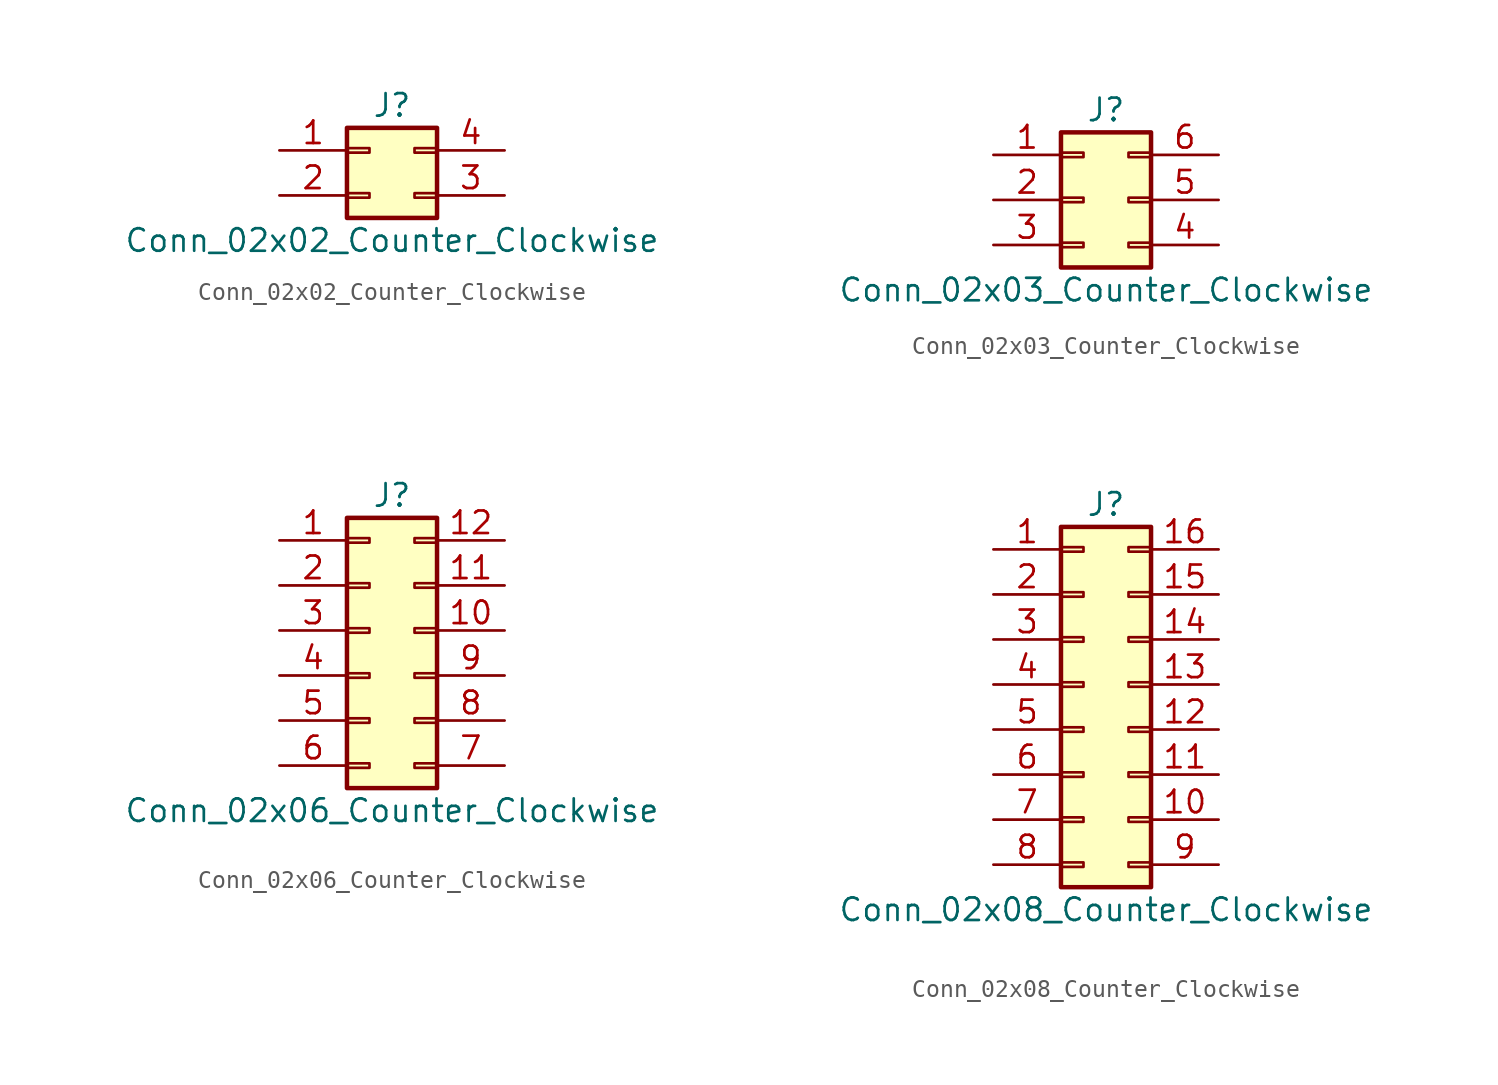
<source format=kicad_sym>
(kicad_symbol_lib
  (version 20211014)
  (generator kicad_symbol_editor)
  (symbol "Conn_02x02_Counter_Clockwise"
    (pin_names
      (offset 1.016) hide)
    (property "Reference" "J"
      (at 1.27 2.54 0)
      (effects (font (size 1.27 1.27))))
    (property "Value" "Conn_02x02_Counter_Clockwise"
      (at 1.27 -5.08 0)
      (effects (font (size 1.27 1.27))))
    (symbol "Conn_02x02_Counter_Clockwise_1_1"
      (rectangle (start -1.27 -2.413) (end 0 -2.667) (stroke (width 0.152) (type default) (color 0 0 0 0)) (fill (type none)))
      (rectangle (start -1.27 0.127) (end 0 -0.127) (stroke (width 0.152) (type default) (color 0 0 0 0)) (fill (type none)))
      (rectangle (start -1.27 1.27) (end 3.81 -3.81) (stroke (width 0.254) (type default) (color 0 0 0 0)) (fill (type background)))
      (rectangle (start 3.81 -2.413) (end 2.54 -2.667) (stroke (width 0.152) (type default) (color 0 0 0 0)) (fill (type none)))
      (rectangle (start 3.81 0.127) (end 2.54 -0.127) (stroke (width 0.152) (type default) (color 0 0 0 0)) (fill (type none)))
      (pin passive line (at -5.08 0 0) (length 3.81) (name "Pin_1" (effects (font (size 1.27 1.27)))) (number "1" (effects (font (size 1.27 1.27)))))
      (pin passive line (at -5.08 -2.54 0) (length 3.81) (name "Pin_2" (effects (font (size 1.27 1.27)))) (number "2" (effects (font (size 1.27 1.27)))))
      (pin passive line (at 7.62 -2.54 180) (length 3.81) (name "Pin_3" (effects (font (size 1.27 1.27)))) (number "3" (effects (font (size 1.27 1.27)))))
      (pin passive line (at 7.62 0 180) (length 3.81) (name "Pin_4" (effects (font (size 1.27 1.27)))) (number "4" (effects (font (size 1.27 1.27)))))))
  (symbol "Conn_02x03_Counter_Clockwise"
    (pin_names
      (offset 1.016) hide)
    (property "Reference" "J"
      (at 1.27 5.08 0)
      (effects (font (size 1.27 1.27))))
    (property "Value" "Conn_02x03_Counter_Clockwise"
      (at 1.27 -5.08 0)
      (effects (font (size 1.27 1.27))))
    (symbol "Conn_02x03_Counter_Clockwise_1_1"
      (rectangle (start -1.27 -2.413) (end 0 -2.667) (stroke (width 0.152) (type default) (color 0 0 0 0)) (fill (type none)))
      (rectangle (start -1.27 0.127) (end 0 -0.127) (stroke (width 0.152) (type default) (color 0 0 0 0)) (fill (type none)))
      (rectangle (start -1.27 2.667) (end 0 2.413) (stroke (width 0.152) (type default) (color 0 0 0 0)) (fill (type none)))
      (rectangle (start -1.27 3.81) (end 3.81 -3.81) (stroke (width 0.254) (type default) (color 0 0 0 0)) (fill (type background)))
      (rectangle (start 3.81 -2.413) (end 2.54 -2.667) (stroke (width 0.152) (type default) (color 0 0 0 0)) (fill (type none)))
      (rectangle (start 3.81 0.127) (end 2.54 -0.127) (stroke (width 0.152) (type default) (color 0 0 0 0)) (fill (type none)))
      (rectangle (start 3.81 2.667) (end 2.54 2.413) (stroke (width 0.152) (type default) (color 0 0 0 0)) (fill (type none)))
      (pin passive line (at -5.08 2.54 0) (length 3.81) (name "Pin_1" (effects (font (size 1.27 1.27)))) (number "1" (effects (font (size 1.27 1.27)))))
      (pin passive line (at -5.08 0 0) (length 3.81) (name "Pin_2" (effects (font (size 1.27 1.27)))) (number "2" (effects (font (size 1.27 1.27)))))
      (pin passive line (at -5.08 -2.54 0) (length 3.81) (name "Pin_3" (effects (font (size 1.27 1.27)))) (number "3" (effects (font (size 1.27 1.27)))))
      (pin passive line (at 7.62 -2.54 180) (length 3.81) (name "Pin_4" (effects (font (size 1.27 1.27)))) (number "4" (effects (font (size 1.27 1.27)))))
      (pin passive line (at 7.62 0 180) (length 3.81) (name "Pin_5" (effects (font (size 1.27 1.27)))) (number "5" (effects (font (size 1.27 1.27)))))
      (pin passive line (at 7.62 2.54 180) (length 3.81) (name "Pin_6" (effects (font (size 1.27 1.27)))) (number "6" (effects (font (size 1.27 1.27)))))))
  (symbol "Conn_02x06_Counter_Clockwise"
    (pin_names
      (offset 1.016) hide)
    (property "Reference" "J"
      (at 1.27 7.62 0)
      (effects (font (size 1.27 1.27))))
    (property "Value" "Conn_02x06_Counter_Clockwise"
      (at 1.27 -10.16 0)
      (effects (font (size 1.27 1.27))))
    (symbol "Conn_02x06_Counter_Clockwise_1_1"
      (rectangle (start -1.27 -7.493) (end 0 -7.747) (stroke (width 0.152) (type default) (color 0 0 0 0)) (fill (type none)))
      (rectangle (start -1.27 -4.953) (end 0 -5.207) (stroke (width 0.152) (type default) (color 0 0 0 0)) (fill (type none)))
      (rectangle (start -1.27 -2.413) (end 0 -2.667) (stroke (width 0.152) (type default) (color 0 0 0 0)) (fill (type none)))
      (rectangle (start -1.27 0.127) (end 0 -0.127) (stroke (width 0.152) (type default) (color 0 0 0 0)) (fill (type none)))
      (rectangle (start -1.27 2.667) (end 0 2.413) (stroke (width 0.152) (type default) (color 0 0 0 0)) (fill (type none)))
      (rectangle (start -1.27 5.207) (end 0 4.953) (stroke (width 0.152) (type default) (color 0 0 0 0)) (fill (type none)))
      (rectangle (start -1.27 6.35) (end 3.81 -8.89) (stroke (width 0.254) (type default) (color 0 0 0 0)) (fill (type background)))
      (rectangle (start 3.81 -7.493) (end 2.54 -7.747) (stroke (width 0.152) (type default) (color 0 0 0 0)) (fill (type none)))
      (rectangle (start 3.81 -4.953) (end 2.54 -5.207) (stroke (width 0.152) (type default) (color 0 0 0 0)) (fill (type none)))
      (rectangle (start 3.81 -2.413) (end 2.54 -2.667) (stroke (width 0.152) (type default) (color 0 0 0 0)) (fill (type none)))
      (rectangle (start 3.81 0.127) (end 2.54 -0.127) (stroke (width 0.152) (type default) (color 0 0 0 0)) (fill (type none)))
      (rectangle (start 3.81 2.667) (end 2.54 2.413) (stroke (width 0.152) (type default) (color 0 0 0 0)) (fill (type none)))
      (rectangle (start 3.81 5.207) (end 2.54 4.953) (stroke (width 0.152) (type default) (color 0 0 0 0)) (fill (type none)))
      (pin passive line (at -5.08 5.08 0) (length 3.81) (name "Pin_1" (effects (font (size 1.27 1.27)))) (number "1" (effects (font (size 1.27 1.27)))))
      (pin passive line (at 7.62 0 180) (length 3.81) (name "Pin_10" (effects (font (size 1.27 1.27)))) (number "10" (effects (font (size 1.27 1.27)))))
      (pin passive line (at 7.62 2.54 180) (length 3.81) (name "Pin_11" (effects (font (size 1.27 1.27)))) (number "11" (effects (font (size 1.27 1.27)))))
      (pin passive line (at 7.62 5.08 180) (length 3.81) (name "Pin_12" (effects (font (size 1.27 1.27)))) (number "12" (effects (font (size 1.27 1.27)))))
      (pin passive line (at -5.08 2.54 0) (length 3.81) (name "Pin_2" (effects (font (size 1.27 1.27)))) (number "2" (effects (font (size 1.27 1.27)))))
      (pin passive line (at -5.08 0 0) (length 3.81) (name "Pin_3" (effects (font (size 1.27 1.27)))) (number "3" (effects (font (size 1.27 1.27)))))
      (pin passive line (at -5.08 -2.54 0) (length 3.81) (name "Pin_4" (effects (font (size 1.27 1.27)))) (number "4" (effects (font (size 1.27 1.27)))))
      (pin passive line (at -5.08 -5.08 0) (length 3.81) (name "Pin_5" (effects (font (size 1.27 1.27)))) (number "5" (effects (font (size 1.27 1.27)))))
      (pin passive line (at -5.08 -7.62 0) (length 3.81) (name "Pin_6" (effects (font (size 1.27 1.27)))) (number "6" (effects (font (size 1.27 1.27)))))
      (pin passive line (at 7.62 -7.62 180) (length 3.81) (name "Pin_7" (effects (font (size 1.27 1.27)))) (number "7" (effects (font (size 1.27 1.27)))))
      (pin passive line (at 7.62 -5.08 180) (length 3.81) (name "Pin_8" (effects (font (size 1.27 1.27)))) (number "8" (effects (font (size 1.27 1.27)))))
      (pin passive line (at 7.62 -2.54 180) (length 3.81) (name "Pin_9" (effects (font (size 1.27 1.27)))) (number "9" (effects (font (size 1.27 1.27)))))))
  (symbol "Conn_02x08_Counter_Clockwise"
    (pin_names
      (offset 1.016) hide)
    (property "Reference" "J"
      (at 1.27 10.16 0)
      (effects (font (size 1.27 1.27))))
    (property "Value" "Conn_02x08_Counter_Clockwise"
      (at 1.27 -12.7 0)
      (effects (font (size 1.27 1.27))))
    (symbol "Conn_02x08_Counter_Clockwise_1_1"
      (rectangle (start -1.27 -10.033) (end 0 -10.287) (stroke (width 0.152) (type default) (color 0 0 0 0)) (fill (type none)))
      (rectangle (start -1.27 -7.493) (end 0 -7.747) (stroke (width 0.152) (type default) (color 0 0 0 0)) (fill (type none)))
      (rectangle (start -1.27 -4.953) (end 0 -5.207) (stroke (width 0.152) (type default) (color 0 0 0 0)) (fill (type none)))
      (rectangle (start -1.27 -2.413) (end 0 -2.667) (stroke (width 0.152) (type default) (color 0 0 0 0)) (fill (type none)))
      (rectangle (start -1.27 0.127) (end 0 -0.127) (stroke (width 0.152) (type default) (color 0 0 0 0)) (fill (type none)))
      (rectangle (start -1.27 2.667) (end 0 2.413) (stroke (width 0.152) (type default) (color 0 0 0 0)) (fill (type none)))
      (rectangle (start -1.27 5.207) (end 0 4.953) (stroke (width 0.152) (type default) (color 0 0 0 0)) (fill (type none)))
      (rectangle (start -1.27 7.747) (end 0 7.493) (stroke (width 0.152) (type default) (color 0 0 0 0)) (fill (type none)))
      (rectangle (start -1.27 8.89) (end 3.81 -11.43) (stroke (width 0.254) (type default) (color 0 0 0 0)) (fill (type background)))
      (rectangle (start 3.81 -10.033) (end 2.54 -10.287) (stroke (width 0.152) (type default) (color 0 0 0 0)) (fill (type none)))
      (rectangle (start 3.81 -7.493) (end 2.54 -7.747) (stroke (width 0.152) (type default) (color 0 0 0 0)) (fill (type none)))
      (rectangle (start 3.81 -4.953) (end 2.54 -5.207) (stroke (width 0.152) (type default) (color 0 0 0 0)) (fill (type none)))
      (rectangle (start 3.81 -2.413) (end 2.54 -2.667) (stroke (width 0.152) (type default) (color 0 0 0 0)) (fill (type none)))
      (rectangle (start 3.81 0.127) (end 2.54 -0.127) (stroke (width 0.152) (type default) (color 0 0 0 0)) (fill (type none)))
      (rectangle (start 3.81 2.667) (end 2.54 2.413) (stroke (width 0.152) (type default) (color 0 0 0 0)) (fill (type none)))
      (rectangle (start 3.81 5.207) (end 2.54 4.953) (stroke (width 0.152) (type default) (color 0 0 0 0)) (fill (type none)))
      (rectangle (start 3.81 7.747) (end 2.54 7.493) (stroke (width 0.152) (type default) (color 0 0 0 0)) (fill (type none)))
      (pin passive line (at -5.08 7.62 0) (length 3.81) (name "Pin_1" (effects (font (size 1.27 1.27)))) (number "1" (effects (font (size 1.27 1.27)))))
      (pin passive line (at 7.62 -7.62 180) (length 3.81) (name "Pin_10" (effects (font (size 1.27 1.27)))) (number "10" (effects (font (size 1.27 1.27)))))
      (pin passive line (at 7.62 -5.08 180) (length 3.81) (name "Pin_11" (effects (font (size 1.27 1.27)))) (number "11" (effects (font (size 1.27 1.27)))))
      (pin passive line (at 7.62 -2.54 180) (length 3.81) (name "Pin_12" (effects (font (size 1.27 1.27)))) (number "12" (effects (font (size 1.27 1.27)))))
      (pin passive line (at 7.62 0 180) (length 3.81) (name "Pin_13" (effects (font (size 1.27 1.27)))) (number "13" (effects (font (size 1.27 1.27)))))
      (pin passive line (at 7.62 2.54 180) (length 3.81) (name "Pin_14" (effects (font (size 1.27 1.27)))) (number "14" (effects (font (size 1.27 1.27)))))
      (pin passive line (at 7.62 5.08 180) (length 3.81) (name "Pin_15" (effects (font (size 1.27 1.27)))) (number "15" (effects (font (size 1.27 1.27)))))
      (pin passive line (at 7.62 7.62 180) (length 3.81) (name "Pin_16" (effects (font (size 1.27 1.27)))) (number "16" (effects (font (size 1.27 1.27)))))
      (pin passive line (at -5.08 5.08 0) (length 3.81) (name "Pin_2" (effects (font (size 1.27 1.27)))) (number "2" (effects (font (size 1.27 1.27)))))
      (pin passive line (at -5.08 2.54 0) (length 3.81) (name "Pin_3" (effects (font (size 1.27 1.27)))) (number "3" (effects (font (size 1.27 1.27)))))
      (pin passive line (at -5.08 0 0) (length 3.81) (name "Pin_4" (effects (font (size 1.27 1.27)))) (number "4" (effects (font (size 1.27 1.27)))))
      (pin passive line (at -5.08 -2.54 0) (length 3.81) (name "Pin_5" (effects (font (size 1.27 1.27)))) (number "5" (effects (font (size 1.27 1.27)))))
      (pin passive line (at -5.08 -5.08 0) (length 3.81) (name "Pin_6" (effects (font (size 1.27 1.27)))) (number "6" (effects (font (size 1.27 1.27)))))
      (pin passive line (at -5.08 -7.62 0) (length 3.81) (name "Pin_7" (effects (font (size 1.27 1.27)))) (number "7" (effects (font (size 1.27 1.27)))))
      (pin passive line (at -5.08 -10.16 0) (length 3.81) (name "Pin_8" (effects (font (size 1.27 1.27)))) (number "8" (effects (font (size 1.27 1.27)))))
      (pin passive line (at 7.62 -10.16 180) (length 3.81) (name "Pin_9" (effects (font (size 1.27 1.27)))) (number "9" (effects (font (size 1.27 1.27))))))))
</source>
